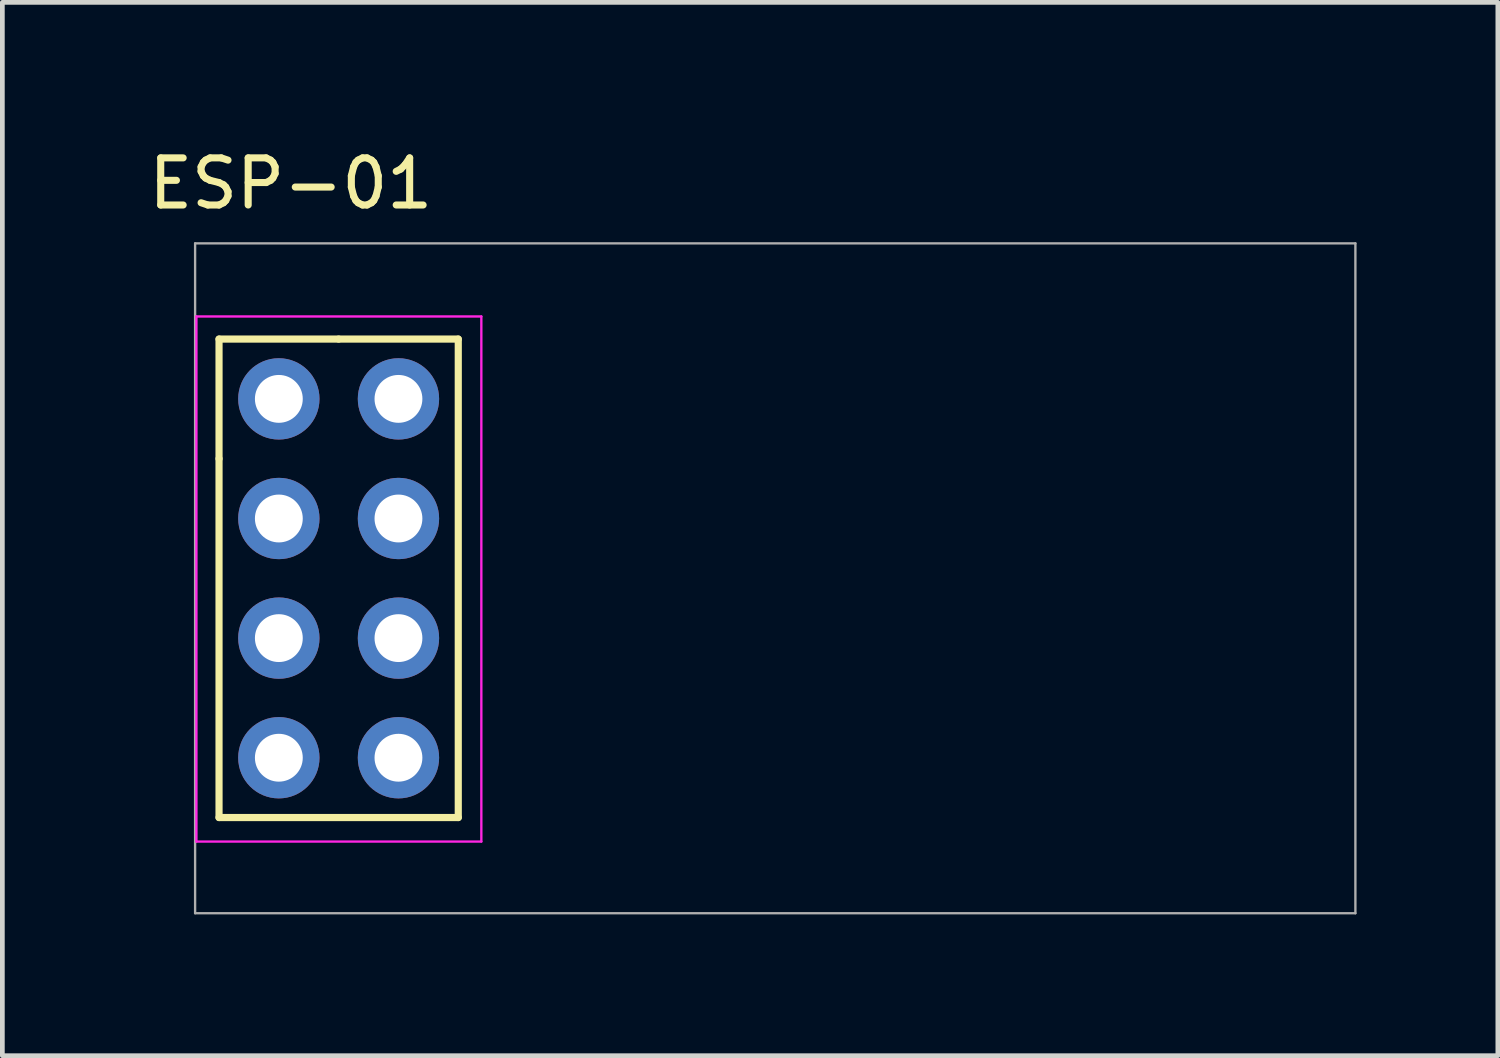
<source format=kicad_pcb>
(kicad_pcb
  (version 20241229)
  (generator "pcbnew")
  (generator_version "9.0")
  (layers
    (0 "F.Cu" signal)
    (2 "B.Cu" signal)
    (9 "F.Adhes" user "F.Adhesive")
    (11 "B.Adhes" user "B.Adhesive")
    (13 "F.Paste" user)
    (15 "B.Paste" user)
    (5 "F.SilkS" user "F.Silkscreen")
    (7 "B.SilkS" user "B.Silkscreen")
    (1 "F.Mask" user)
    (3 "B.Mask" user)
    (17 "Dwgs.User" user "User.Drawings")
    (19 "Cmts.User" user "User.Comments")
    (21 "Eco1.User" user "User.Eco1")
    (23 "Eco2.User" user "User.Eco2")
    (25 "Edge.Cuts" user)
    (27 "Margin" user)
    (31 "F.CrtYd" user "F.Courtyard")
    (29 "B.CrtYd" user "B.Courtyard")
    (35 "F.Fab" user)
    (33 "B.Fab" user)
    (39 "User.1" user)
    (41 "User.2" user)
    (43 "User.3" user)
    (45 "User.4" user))
  (footprint "ESP-01"
    (layer "F.Cu")
    (at 2.871 5.42)
    (property "Reference" "ESP-01" (at 0.254 -4.572 0) (layer "F.SilkS") (effects (font (size 1 1) (thickness 0.15))))
    (attr through_hole)
    (fp_line (start -1.27 -1.27) (end -1.27 1.27) (stroke (width 0.152) (type solid)) (layer "F.SilkS"))
    (fp_line (start -1.27 1.27) (end -1.27 8.89) (stroke (width 0.152) (type solid)) (layer "F.SilkS"))
    (fp_line (start -1.27 8.89) (end 3.81 8.89) (stroke (width 0.152) (type solid)) (layer "F.SilkS"))
    (fp_line (start 1.27 -1.27) (end -1.27 -1.27) (stroke (width 0.152) (type solid)) (layer "F.SilkS"))
    (fp_line (start 3.81 -1.27) (end 1.27 -1.27) (stroke (width 0.152) (type solid)) (layer "F.SilkS"))
    (fp_line (start 3.81 8.89) (end 3.81 -1.27) (stroke (width 0.152) (type solid)) (layer "F.SilkS"))
    (fp_line (start -1.75 -1.75) (end -1.75 9.4) (stroke (width 0.05) (type solid)) (layer "F.CrtYd"))
    (fp_line (start -1.75 -1.75) (end 4.3 -1.75) (stroke (width 0.05) (type solid)) (layer "F.CrtYd"))
    (fp_line (start -1.75 9.4) (end 4.3 9.4) (stroke (width 0.05) (type solid)) (layer "F.CrtYd"))
    (fp_line (start 4.3 -1.75) (end 4.3 9.4) (stroke (width 0.05) (type solid)) (layer "F.CrtYd"))
    (fp_line (start -1.778 -3.302) (end 22.86 -3.302) (stroke (width 0.05) (type solid)) (layer "F.Fab"))
    (fp_line (start -1.778 10.922) (end -1.778 -3.302) (stroke (width 0.05) (type solid)) (layer "F.Fab"))
    (fp_line (start 22.86 -3.302) (end 22.86 10.922) (stroke (width 0.05) (type solid)) (layer "F.Fab"))
    (fp_line (start 22.86 10.922) (end -1.778 10.922) (stroke (width 0.05) (type solid)) (layer "F.Fab"))
    (pad "1" thru_hole oval (at 0 0) (size 1.727 1.727) (drill 1.016) (layers "*.Cu" "*.Mask"))
    (pad "2" thru_hole oval (at 2.54 0) (size 1.727 1.727) (drill 1.016) (layers "*.Cu" "*.Mask"))
    (pad "3" thru_hole oval (at 0 2.54) (size 1.727 1.727) (drill 1.016) (layers "*.Cu" "*.Mask"))
    (pad "4" thru_hole oval (at 2.54 2.54) (size 1.727 1.727) (drill 1.016) (layers "*.Cu" "*.Mask"))
    (pad "5" thru_hole oval (at 0 5.08) (size 1.727 1.727) (drill 1.016) (layers "*.Cu" "*.Mask"))
    (pad "6" thru_hole oval (at 2.54 5.08) (size 1.727 1.727) (drill 1.016) (layers "*.Cu" "*.Mask"))
    (pad "7" thru_hole oval (at 0 7.62) (size 1.727 1.727) (drill 1.016) (layers "*.Cu" "*.Mask"))
    (pad "8" thru_hole oval (at 2.54 7.62) (size 1.727 1.727) (drill 1.016) (layers "*.Cu" "*.Mask")))
  (gr_rect
    (start -3 -3)
    (end 28.756 19.367)
    (stroke (width 0.1) (type default))
    (fill no)
    (layer "Edge.Cuts")))
</source>
